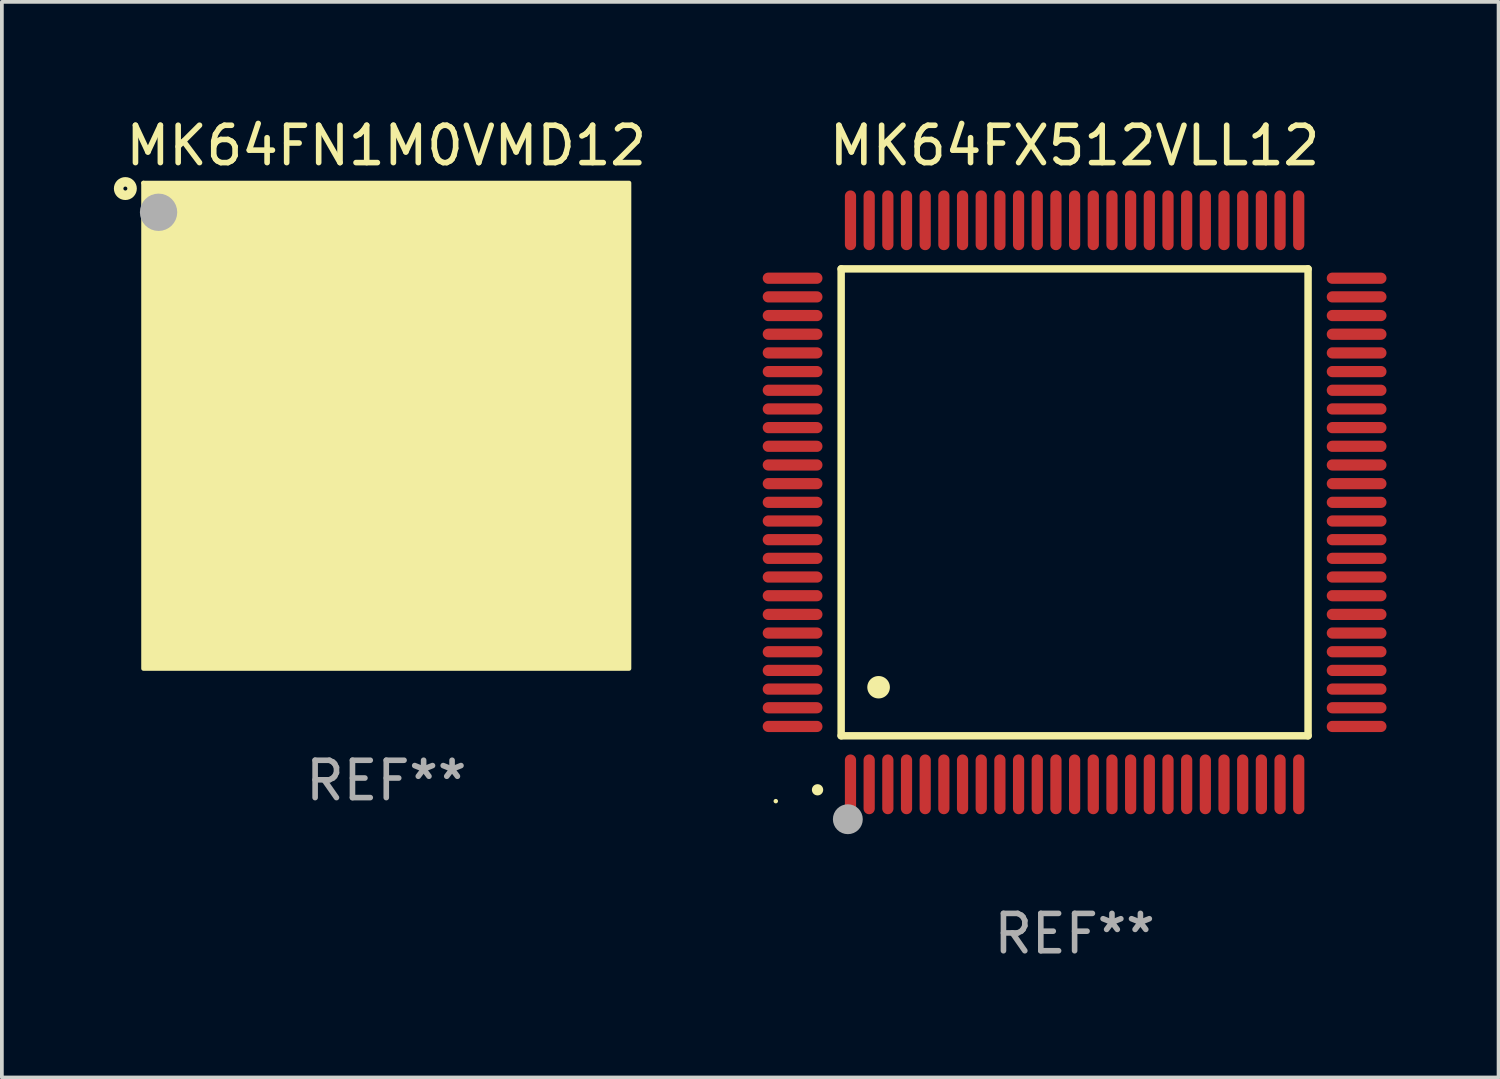
<source format=kicad_pcb>
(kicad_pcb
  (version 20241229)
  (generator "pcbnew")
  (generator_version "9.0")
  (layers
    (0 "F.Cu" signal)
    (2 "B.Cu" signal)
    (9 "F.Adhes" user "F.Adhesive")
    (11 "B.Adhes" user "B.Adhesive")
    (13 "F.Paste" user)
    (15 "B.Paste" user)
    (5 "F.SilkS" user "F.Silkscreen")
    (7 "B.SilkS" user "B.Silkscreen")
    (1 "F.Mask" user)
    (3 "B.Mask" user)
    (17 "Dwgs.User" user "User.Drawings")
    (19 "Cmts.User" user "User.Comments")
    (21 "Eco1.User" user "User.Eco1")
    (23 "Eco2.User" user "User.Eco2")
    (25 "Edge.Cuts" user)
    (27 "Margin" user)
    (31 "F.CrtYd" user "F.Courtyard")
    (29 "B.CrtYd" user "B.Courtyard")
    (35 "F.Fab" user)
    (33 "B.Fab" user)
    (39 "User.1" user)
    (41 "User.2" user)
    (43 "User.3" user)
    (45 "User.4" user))
  (footprint "MK64FN1M0VMD12"
    (layer "F.Cu")
    (at 7.291 8.348)
    (property "Reference" "MK64FN1M0VMD12" (at 0 -7.5 0) (layer "F.SilkS") (effects (font (size 1 1) (thickness 0.15))))
    (attr through_hole)
    (fp_circle (center -6.985 -6.35) (end -6.805 -6.35) (stroke (width 0.254) (type solid)) (fill no) (layer "F.SilkS"))
    (fp_circle (center -6.5 -6.5) (end -6.47 -6.5) (stroke (width 0.06) (type solid)) (fill no) (layer "F.SilkS"))
    (fp_poly (pts (xy -6.5 -6.5) (xy 6.5 -6.5) (xy 6.5 6.5) (xy -6.5 6.5)) (stroke (width 0.12) (type solid)) (fill yes) (layer "F.SilkS"))
    (fp_circle (center -6.096 -5.715) (end -5.846 -5.715) (stroke (width 0.5) (type solid)) (fill no) (layer "F.Fab"))
    (fp_text user "REF**" (at 0 9.5 0) (layer "F.Fab") (effects (font (size 1 1) (thickness 0.15))))
    (pad "A1" smd circle (at -5.5 -5.5) (size 0.5 0.5) (layers "F.Cu" "F.Mask" "F.Paste"))
    (pad "A2" smd circle (at -4.5 -5.5) (size 0.5 0.5) (layers "F.Cu" "F.Mask" "F.Paste"))
    (pad "A3" smd circle (at -3.5 -5.5) (size 0.5 0.5) (layers "F.Cu" "F.Mask" "F.Paste"))
    (pad "A4" smd circle (at -2.5 -5.5) (size 0.5 0.5) (layers "F.Cu" "F.Mask" "F.Paste"))
    (pad "A5" smd circle (at -1.5 -5.5) (size 0.5 0.5) (layers "F.Cu" "F.Mask" "F.Paste"))
    (pad "A6" smd circle (at -0.5 -5.5) (size 0.5 0.5) (layers "F.Cu" "F.Mask" "F.Paste"))
    (pad "A7" smd circle (at 0.5 -5.5) (size 0.5 0.5) (layers "F.Cu" "F.Mask" "F.Paste"))
    (pad "A8" smd circle (at 1.5 -5.5) (size 0.5 0.5) (layers "F.Cu" "F.Mask" "F.Paste"))
    (pad "A9" smd circle (at 2.5 -5.5) (size 0.5 0.5) (layers "F.Cu" "F.Mask" "F.Paste"))
    (pad "A10" smd circle (at 3.5 -5.5) (size 0.5 0.5) (layers "F.Cu" "F.Mask" "F.Paste"))
    (pad "A11" smd circle (at 4.5 -5.5) (size 0.5 0.5) (layers "F.Cu" "F.Mask" "F.Paste"))
    (pad "A12" smd circle (at 5.5 -5.5) (size 0.5 0.5) (layers "F.Cu" "F.Mask" "F.Paste"))
    (pad "B1" smd circle (at -5.5 -4.5) (size 0.5 0.5) (layers "F.Cu" "F.Mask" "F.Paste"))
    (pad "B2" smd circle (at -4.5 -4.5) (size 0.5 0.5) (layers "F.Cu" "F.Mask" "F.Paste"))
    (pad "B3" smd circle (at -3.5 -4.5) (size 0.5 0.5) (layers "F.Cu" "F.Mask" "F.Paste"))
    (pad "B4" smd circle (at -2.5 -4.5) (size 0.5 0.5) (layers "F.Cu" "F.Mask" "F.Paste"))
    (pad "B5" smd circle (at -1.5 -4.5) (size 0.5 0.5) (layers "F.Cu" "F.Mask" "F.Paste"))
    (pad "B6" smd circle (at -0.5 -4.5) (size 0.5 0.5) (layers "F.Cu" "F.Mask" "F.Paste"))
    (pad "B7" smd circle (at 0.5 -4.5) (size 0.5 0.5) (layers "F.Cu" "F.Mask" "F.Paste"))
    (pad "B8" smd circle (at 1.5 -4.5) (size 0.5 0.5) (layers "F.Cu" "F.Mask" "F.Paste"))
    (pad "B9" smd circle (at 2.5 -4.5) (size 0.5 0.5) (layers "F.Cu" "F.Mask" "F.Paste"))
    (pad "B10" smd circle (at 3.5 -4.5) (size 0.5 0.5) (layers "F.Cu" "F.Mask" "F.Paste"))
    (pad "B11" smd circle (at 4.5 -4.5) (size 0.5 0.5) (layers "F.Cu" "F.Mask" "F.Paste"))
    (pad "B12" smd circle (at 5.5 -4.5) (size 0.5 0.5) (layers "F.Cu" "F.Mask" "F.Paste"))
    (pad "C1" smd circle (at -5.5 -3.5) (size 0.5 0.5) (layers "F.Cu" "F.Mask" "F.Paste"))
    (pad "C2" smd circle (at -4.5 -3.5) (size 0.5 0.5) (layers "F.Cu" "F.Mask" "F.Paste"))
    (pad "C3" smd circle (at -3.5 -3.5) (size 0.5 0.5) (layers "F.Cu" "F.Mask" "F.Paste"))
    (pad "C4" smd circle (at -2.5 -3.5) (size 0.5 0.5) (layers "F.Cu" "F.Mask" "F.Paste"))
    (pad "C5" smd circle (at -1.5 -3.5) (size 0.5 0.5) (layers "F.Cu" "F.Mask" "F.Paste"))
    (pad "C6" smd circle (at -0.5 -3.5) (size 0.5 0.5) (layers "F.Cu" "F.Mask" "F.Paste"))
    (pad "C7" smd circle (at 0.5 -3.5) (size 0.5 0.5) (layers "F.Cu" "F.Mask" "F.Paste"))
    (pad "C8" smd circle (at 1.5 -3.5) (size 0.5 0.5) (layers "F.Cu" "F.Mask" "F.Paste"))
    (pad "C9" smd circle (at 2.5 -3.5) (size 0.5 0.5) (layers "F.Cu" "F.Mask" "F.Paste"))
    (pad "C10" smd circle (at 3.5 -3.5) (size 0.5 0.5) (layers "F.Cu" "F.Mask" "F.Paste"))
    (pad "C11" smd circle (at 4.5 -3.5) (size 0.5 0.5) (layers "F.Cu" "F.Mask" "F.Paste"))
    (pad "C12" smd circle (at 5.5 -3.5) (size 0.5 0.5) (layers "F.Cu" "F.Mask" "F.Paste"))
    (pad "D1" smd circle (at -5.5 -2.5) (size 0.5 0.5) (layers "F.Cu" "F.Mask" "F.Paste"))
    (pad "D2" smd circle (at -4.5 -2.5) (size 0.5 0.5) (layers "F.Cu" "F.Mask" "F.Paste"))
    (pad "D3" smd circle (at -3.5 -2.5) (size 0.5 0.5) (layers "F.Cu" "F.Mask" "F.Paste"))
    (pad "D4" smd circle (at -2.5 -2.5) (size 0.5 0.5) (layers "F.Cu" "F.Mask" "F.Paste"))
    (pad "D5" smd circle (at -1.5 -2.5) (size 0.5 0.5) (layers "F.Cu" "F.Mask" "F.Paste"))
    (pad "D6" smd circle (at -0.5 -2.5) (size 0.5 0.5) (layers "F.Cu" "F.Mask" "F.Paste"))
    (pad "D7" smd circle (at 0.5 -2.5) (size 0.5 0.5) (layers "F.Cu" "F.Mask" "F.Paste"))
    (pad "D8" smd circle (at 1.5 -2.5) (size 0.5 0.5) (layers "F.Cu" "F.Mask" "F.Paste"))
    (pad "D9" smd circle (at 2.5 -2.5) (size 0.5 0.5) (layers "F.Cu" "F.Mask" "F.Paste"))
    (pad "D10" smd circle (at 3.5 -2.5) (size 0.5 0.5) (layers "F.Cu" "F.Mask" "F.Paste"))
    (pad "D11" smd circle (at 4.5 -2.5) (size 0.5 0.5) (layers "F.Cu" "F.Mask" "F.Paste"))
    (pad "D12" smd circle (at 5.5 -2.5) (size 0.5 0.5) (layers "F.Cu" "F.Mask" "F.Paste"))
    (pad "E1" smd circle (at -5.5 -1.5) (size 0.5 0.5) (layers "F.Cu" "F.Mask" "F.Paste"))
    (pad "E2" smd circle (at -4.5 -1.5) (size 0.5 0.5) (layers "F.Cu" "F.Mask" "F.Paste"))
    (pad "E3" smd circle (at -3.5 -1.5) (size 0.5 0.5) (layers "F.Cu" "F.Mask" "F.Paste"))
    (pad "E4" smd circle (at -2.5 -1.5) (size 0.5 0.5) (layers "F.Cu" "F.Mask" "F.Paste"))
    (pad "E5" smd circle (at -1.5 -1.5) (size 0.5 0.5) (layers "F.Cu" "F.Mask" "F.Paste"))
    (pad "E6" smd circle (at -0.5 -1.5) (size 0.5 0.5) (layers "F.Cu" "F.Mask" "F.Paste"))
    (pad "E7" smd circle (at 0.5 -1.5) (size 0.5 0.5) (layers "F.Cu" "F.Mask" "F.Paste"))
    (pad "E8" smd circle (at 1.5 -1.5) (size 0.5 0.5) (layers "F.Cu" "F.Mask" "F.Paste"))
    (pad "E9" smd circle (at 2.5 -1.5) (size 0.5 0.5) (layers "F.Cu" "F.Mask" "F.Paste"))
    (pad "E10" smd circle (at 3.5 -1.5) (size 0.5 0.5) (layers "F.Cu" "F.Mask" "F.Paste"))
    (pad "E11" smd circle (at 4.5 -1.5) (size 0.5 0.5) (layers "F.Cu" "F.Mask" "F.Paste"))
    (pad "E12" smd circle (at 5.5 -1.5) (size 0.5 0.5) (layers "F.Cu" "F.Mask" "F.Paste"))
    (pad "F1" smd circle (at -5.5 -0.5) (size 0.5 0.5) (layers "F.Cu" "F.Mask" "F.Paste"))
    (pad "F2" smd circle (at -4.5 -0.5) (size 0.5 0.5) (layers "F.Cu" "F.Mask" "F.Paste"))
    (pad "F3" smd circle (at -3.5 -0.5) (size 0.5 0.5) (layers "F.Cu" "F.Mask" "F.Paste"))
    (pad "F4" smd circle (at -2.5 -0.5) (size 0.5 0.5) (layers "F.Cu" "F.Mask" "F.Paste"))
    (pad "F5" smd circle (at -1.5 -0.5) (size 0.5 0.5) (layers "F.Cu" "F.Mask" "F.Paste"))
    (pad "F6" smd circle (at -0.5 -0.5) (size 0.5 0.5) (layers "F.Cu" "F.Mask" "F.Paste"))
    (pad "F7" smd circle (at 0.5 -0.5) (size 0.5 0.5) (layers "F.Cu" "F.Mask" "F.Paste"))
    (pad "F8" smd circle (at 1.5 -0.5) (size 0.5 0.5) (layers "F.Cu" "F.Mask" "F.Paste"))
    (pad "F9" smd circle (at 2.5 -0.5) (size 0.5 0.5) (layers "F.Cu" "F.Mask" "F.Paste"))
    (pad "F10" smd circle (at 3.5 -0.5) (size 0.5 0.5) (layers "F.Cu" "F.Mask" "F.Paste"))
    (pad "F11" smd circle (at 4.5 -0.5) (size 0.5 0.5) (layers "F.Cu" "F.Mask" "F.Paste"))
    (pad "F12" smd circle (at 5.5 -0.5) (size 0.5 0.5) (layers "F.Cu" "F.Mask" "F.Paste"))
    (pad "G1" smd circle (at -5.5 0.5) (size 0.5 0.5) (layers "F.Cu" "F.Mask" "F.Paste"))
    (pad "G2" smd circle (at -4.5 0.5) (size 0.5 0.5) (layers "F.Cu" "F.Mask" "F.Paste"))
    (pad "G3" smd circle (at -3.5 0.5) (size 0.5 0.5) (layers "F.Cu" "F.Mask" "F.Paste"))
    (pad "G4" smd circle (at -2.5 0.5) (size 0.5 0.5) (layers "F.Cu" "F.Mask" "F.Paste"))
    (pad "G5" smd circle (at -1.5 0.5) (size 0.5 0.5) (layers "F.Cu" "F.Mask" "F.Paste"))
    (pad "G6" smd circle (at -0.5 0.5) (size 0.5 0.5) (layers "F.Cu" "F.Mask" "F.Paste"))
    (pad "G7" smd circle (at 0.5 0.5) (size 0.5 0.5) (layers "F.Cu" "F.Mask" "F.Paste"))
    (pad "G8" smd circle (at 1.5 0.5) (size 0.5 0.5) (layers "F.Cu" "F.Mask" "F.Paste"))
    (pad "G9" smd circle (at 2.5 0.5) (size 0.5 0.5) (layers "F.Cu" "F.Mask" "F.Paste"))
    (pad "G10" smd circle (at 3.5 0.5) (size 0.5 0.5) (layers "F.Cu" "F.Mask" "F.Paste"))
    (pad "G11" smd circle (at 4.5 0.5) (size 0.5 0.5) (layers "F.Cu" "F.Mask" "F.Paste"))
    (pad "G12" smd circle (at 5.5 0.5) (size 0.5 0.5) (layers "F.Cu" "F.Mask" "F.Paste"))
    (pad "H1" smd circle (at -5.5 1.5) (size 0.5 0.5) (layers "F.Cu" "F.Mask" "F.Paste"))
    (pad "H2" smd circle (at -4.5 1.5) (size 0.5 0.5) (layers "F.Cu" "F.Mask" "F.Paste"))
    (pad "H3" smd circle (at -3.5 1.5) (size 0.5 0.5) (layers "F.Cu" "F.Mask" "F.Paste"))
    (pad "H4" smd circle (at -2.5 1.5) (size 0.5 0.5) (layers "F.Cu" "F.Mask" "F.Paste"))
    (pad "H5" smd circle (at -1.5 1.5) (size 0.5 0.5) (layers "F.Cu" "F.Mask" "F.Paste"))
    (pad "H6" smd circle (at -0.5 1.5) (size 0.5 0.5) (layers "F.Cu" "F.Mask" "F.Paste"))
    (pad "H7" smd circle (at 0.5 1.5) (size 0.5 0.5) (layers "F.Cu" "F.Mask" "F.Paste"))
    (pad "H8" smd circle (at 1.5 1.5) (size 0.5 0.5) (layers "F.Cu" "F.Mask" "F.Paste"))
    (pad "H9" smd circle (at 2.5 1.5) (size 0.5 0.5) (layers "F.Cu" "F.Mask" "F.Paste"))
    (pad "H10" smd circle (at 3.5 1.5) (size 0.5 0.5) (layers "F.Cu" "F.Mask" "F.Paste"))
    (pad "H11" smd circle (at 4.5 1.5) (size 0.5 0.5) (layers "F.Cu" "F.Mask" "F.Paste"))
    (pad "H12" smd circle (at 5.5 1.5) (size 0.5 0.5) (layers "F.Cu" "F.Mask" "F.Paste"))
    (pad "J1" smd circle (at -5.5 2.5) (size 0.5 0.5) (layers "F.Cu" "F.Mask" "F.Paste"))
    (pad "J2" smd circle (at -4.5 2.5) (size 0.5 0.5) (layers "F.Cu" "F.Mask" "F.Paste"))
    (pad "J3" smd circle (at -3.5 2.5) (size 0.5 0.5) (layers "F.Cu" "F.Mask" "F.Paste"))
    (pad "J4" smd circle (at -2.5 2.5) (size 0.5 0.5) (layers "F.Cu" "F.Mask" "F.Paste"))
    (pad "J5" smd circle (at -1.5 2.5) (size 0.5 0.5) (layers "F.Cu" "F.Mask" "F.Paste"))
    (pad "J6" smd circle (at -0.5 2.5) (size 0.5 0.5) (layers "F.Cu" "F.Mask" "F.Paste"))
    (pad "J7" smd circle (at 0.5 2.5) (size 0.5 0.5) (layers "F.Cu" "F.Mask" "F.Paste"))
    (pad "J8" smd circle (at 1.5 2.5) (size 0.5 0.5) (layers "F.Cu" "F.Mask" "F.Paste"))
    (pad "J9" smd circle (at 2.5 2.5) (size 0.5 0.5) (layers "F.Cu" "F.Mask" "F.Paste"))
    (pad "J10" smd circle (at 3.5 2.5) (size 0.5 0.5) (layers "F.Cu" "F.Mask" "F.Paste"))
    (pad "J11" smd circle (at 4.5 2.5) (size 0.5 0.5) (layers "F.Cu" "F.Mask" "F.Paste"))
    (pad "J12" smd circle (at 5.5 2.5) (size 0.5 0.5) (layers "F.Cu" "F.Mask" "F.Paste"))
    (pad "K1" smd circle (at -5.5 3.5) (size 0.5 0.5) (layers "F.Cu" "F.Mask" "F.Paste"))
    (pad "K2" smd circle (at -4.5 3.5) (size 0.5 0.5) (layers "F.Cu" "F.Mask" "F.Paste"))
    (pad "K3" smd circle (at -3.5 3.5) (size 0.5 0.5) (layers "F.Cu" "F.Mask" "F.Paste"))
    (pad "K4" smd circle (at -2.5 3.5) (size 0.5 0.5) (layers "F.Cu" "F.Mask" "F.Paste"))
    (pad "K5" smd circle (at -1.5 3.5) (size 0.5 0.5) (layers "F.Cu" "F.Mask" "F.Paste"))
    (pad "K6" smd circle (at -0.5 3.5) (size 0.5 0.5) (layers "F.Cu" "F.Mask" "F.Paste"))
    (pad "K7" smd circle (at 0.5 3.5) (size 0.5 0.5) (layers "F.Cu" "F.Mask" "F.Paste"))
    (pad "K8" smd circle (at 1.5 3.5) (size 0.5 0.5) (layers "F.Cu" "F.Mask" "F.Paste"))
    (pad "K9" smd circle (at 2.5 3.5) (size 0.5 0.5) (layers "F.Cu" "F.Mask" "F.Paste"))
    (pad "K10" smd circle (at 3.5 3.5) (size 0.5 0.5) (layers "F.Cu" "F.Mask" "F.Paste"))
    (pad "K11" smd circle (at 4.5 3.5) (size 0.5 0.5) (layers "F.Cu" "F.Mask" "F.Paste"))
    (pad "K12" smd circle (at 5.5 3.5) (size 0.5 0.5) (layers "F.Cu" "F.Mask" "F.Paste"))
    (pad "L1" smd circle (at -5.5 4.5) (size 0.5 0.5) (layers "F.Cu" "F.Mask" "F.Paste"))
    (pad "L2" smd circle (at -4.5 4.5) (size 0.5 0.5) (layers "F.Cu" "F.Mask" "F.Paste"))
    (pad "L3" smd circle (at -3.5 4.5) (size 0.5 0.5) (layers "F.Cu" "F.Mask" "F.Paste"))
    (pad "L4" smd circle (at -2.5 4.5) (size 0.5 0.5) (layers "F.Cu" "F.Mask" "F.Paste"))
    (pad "L5" smd circle (at -1.5 4.5) (size 0.5 0.5) (layers "F.Cu" "F.Mask" "F.Paste"))
    (pad "L6" smd circle (at -0.5 4.5) (size 0.5 0.5) (layers "F.Cu" "F.Mask" "F.Paste"))
    (pad "L7" smd circle (at 0.5 4.5) (size 0.5 0.5) (layers "F.Cu" "F.Mask" "F.Paste"))
    (pad "L8" smd circle (at 1.5 4.5) (size 0.5 0.5) (layers "F.Cu" "F.Mask" "F.Paste"))
    (pad "L9" smd circle (at 2.5 4.5) (size 0.5 0.5) (layers "F.Cu" "F.Mask" "F.Paste"))
    (pad "L10" smd circle (at 3.5 4.5) (size 0.5 0.5) (layers "F.Cu" "F.Mask" "F.Paste"))
    (pad "L11" smd circle (at 4.5 4.5) (size 0.5 0.5) (layers "F.Cu" "F.Mask" "F.Paste"))
    (pad "L12" smd circle (at 5.5 4.5) (size 0.5 0.5) (layers "F.Cu" "F.Mask" "F.Paste"))
    (pad "M1" smd circle (at -5.5 5.5) (size 0.5 0.5) (layers "F.Cu" "F.Mask" "F.Paste"))
    (pad "M2" smd circle (at -4.5 5.5) (size 0.5 0.5) (layers "F.Cu" "F.Mask" "F.Paste"))
    (pad "M3" smd circle (at -3.5 5.5) (size 0.5 0.5) (layers "F.Cu" "F.Mask" "F.Paste"))
    (pad "M4" smd circle (at -2.5 5.5) (size 0.5 0.5) (layers "F.Cu" "F.Mask" "F.Paste"))
    (pad "M5" smd circle (at -1.5 5.5) (size 0.5 0.5) (layers "F.Cu" "F.Mask" "F.Paste"))
    (pad "M6" smd circle (at -0.5 5.5) (size 0.5 0.5) (layers "F.Cu" "F.Mask" "F.Paste"))
    (pad "M7" smd circle (at 0.5 5.5) (size 0.5 0.5) (layers "F.Cu" "F.Mask" "F.Paste"))
    (pad "M8" smd circle (at 1.5 5.5) (size 0.5 0.5) (layers "F.Cu" "F.Mask" "F.Paste"))
    (pad "M9" smd circle (at 2.5 5.5) (size 0.5 0.5) (layers "F.Cu" "F.Mask" "F.Paste"))
    (pad "M10" smd circle (at 3.5 5.5) (size 0.5 0.5) (layers "F.Cu" "F.Mask" "F.Paste"))
    (pad "M11" smd circle (at 4.5 5.5) (size 0.5 0.5) (layers "F.Cu" "F.Mask" "F.Paste"))
    (pad "M12" smd circle (at 5.5 5.5) (size 0.5 0.5) (layers "F.Cu" "F.Mask" "F.Paste")))
  (footprint "MK64FX512VLL12"
    (layer "F.Cu")
    (at 25.719 10.398)
    (property "Reference" "MK64FX512VLL12" (at 0 -9.55 0) (layer "F.SilkS") (effects (font (size 1 1) (thickness 0.15))))
    (attr through_hole)
    (fp_line (start -6.25 -6.25) (end -6.25 6.25) (stroke (width 0.2) (type solid)) (layer "F.SilkS"))
    (fp_line (start -6.25 6.25) (end 6.25 6.25) (stroke (width 0.2) (type solid)) (layer "F.SilkS"))
    (fp_line (start 6.25 -6.25) (end -6.25 -6.25) (stroke (width 0.2) (type solid)) (layer "F.SilkS"))
    (fp_line (start 6.25 6.25) (end 6.25 -6.25) (stroke (width 0.2) (type solid)) (layer "F.SilkS"))
    (fp_arc (start -6.883414 7.696215) (mid -6.882144 7.69621) (end -6.880874 7.696215) (stroke (width 0.3) (type solid)) (layer "F.SilkS"))
    (fp_arc (start -5.250191 4.95047) (mid -5.247651 4.950459) (end -5.245111 4.95047) (stroke (width 0.6) (type solid)) (layer "F.SilkS"))
    (fp_circle (center -8 8) (end -7.97 8) (stroke (width 0.06) (type solid)) (fill no) (layer "F.SilkS"))
    (fp_circle (center -6.071 8.484) (end -5.871 8.484) (stroke (width 0.4) (type solid)) (fill no) (layer "F.Fab"))
    (fp_text user "REF**" (at 0 11.55 0) (layer "F.Fab") (effects (font (size 1 1) (thickness 0.15))))
    (pad "1" smd oval (at -6 7.55) (size 0.3 1.6) (layers "F.Cu" "F.Mask" "F.Paste"))
    (pad "2" smd oval (at -5.5 7.55) (size 0.3 1.6) (layers "F.Cu" "F.Mask" "F.Paste"))
    (pad "3" smd oval (at -5 7.55) (size 0.3 1.6) (layers "F.Cu" "F.Mask" "F.Paste"))
    (pad "4" smd oval (at -4.5 7.55) (size 0.3 1.6) (layers "F.Cu" "F.Mask" "F.Paste"))
    (pad "5" smd oval (at -4 7.55) (size 0.3 1.6) (layers "F.Cu" "F.Mask" "F.Paste"))
    (pad "6" smd oval (at -3.5 7.55) (size 0.3 1.6) (layers "F.Cu" "F.Mask" "F.Paste"))
    (pad "7" smd oval (at -3 7.55) (size 0.3 1.6) (layers "F.Cu" "F.Mask" "F.Paste"))
    (pad "8" smd oval (at -2.5 7.55) (size 0.3 1.6) (layers "F.Cu" "F.Mask" "F.Paste"))
    (pad "9" smd oval (at -2 7.55) (size 0.3 1.6) (layers "F.Cu" "F.Mask" "F.Paste"))
    (pad "10" smd oval (at -1.5 7.55) (size 0.3 1.6) (layers "F.Cu" "F.Mask" "F.Paste"))
    (pad "11" smd oval (at -1 7.55) (size 0.3 1.6) (layers "F.Cu" "F.Mask" "F.Paste"))
    (pad "12" smd oval (at -0.5 7.55) (size 0.3 1.6) (layers "F.Cu" "F.Mask" "F.Paste"))
    (pad "13" smd oval (at 0 7.55) (size 0.3 1.6) (layers "F.Cu" "F.Mask" "F.Paste"))
    (pad "14" smd oval (at 0.5 7.55) (size 0.3 1.6) (layers "F.Cu" "F.Mask" "F.Paste"))
    (pad "15" smd oval (at 1 7.55) (size 0.3 1.6) (layers "F.Cu" "F.Mask" "F.Paste"))
    (pad "16" smd oval (at 1.5 7.55) (size 0.3 1.6) (layers "F.Cu" "F.Mask" "F.Paste"))
    (pad "17" smd oval (at 2 7.55) (size 0.3 1.6) (layers "F.Cu" "F.Mask" "F.Paste"))
    (pad "18" smd oval (at 2.5 7.55) (size 0.3 1.6) (layers "F.Cu" "F.Mask" "F.Paste"))
    (pad "19" smd oval (at 3 7.55) (size 0.3 1.6) (layers "F.Cu" "F.Mask" "F.Paste"))
    (pad "20" smd oval (at 3.5 7.55) (size 0.3 1.6) (layers "F.Cu" "F.Mask" "F.Paste"))
    (pad "21" smd oval (at 4 7.55) (size 0.3 1.6) (layers "F.Cu" "F.Mask" "F.Paste"))
    (pad "22" smd oval (at 4.5 7.55) (size 0.3 1.6) (layers "F.Cu" "F.Mask" "F.Paste"))
    (pad "23" smd oval (at 5 7.55) (size 0.3 1.6) (layers "F.Cu" "F.Mask" "F.Paste"))
    (pad "24" smd oval (at 5.5 7.55) (size 0.3 1.6) (layers "F.Cu" "F.Mask" "F.Paste"))
    (pad "25" smd oval (at 6 7.55) (size 0.3 1.6) (layers "F.Cu" "F.Mask" "F.Paste"))
    (pad "26" smd oval (at 7.55 6) (size 1.6 0.3) (layers "F.Cu" "F.Mask" "F.Paste"))
    (pad "27" smd oval (at 7.55 5.5) (size 1.6 0.3) (layers "F.Cu" "F.Mask" "F.Paste"))
    (pad "28" smd oval (at 7.55 5) (size 1.6 0.3) (layers "F.Cu" "F.Mask" "F.Paste"))
    (pad "29" smd oval (at 7.55 4.5) (size 1.6 0.3) (layers "F.Cu" "F.Mask" "F.Paste"))
    (pad "30" smd oval (at 7.55 4) (size 1.6 0.3) (layers "F.Cu" "F.Mask" "F.Paste"))
    (pad "31" smd oval (at 7.55 3.5) (size 1.6 0.3) (layers "F.Cu" "F.Mask" "F.Paste"))
    (pad "32" smd oval (at 7.55 3) (size 1.6 0.3) (layers "F.Cu" "F.Mask" "F.Paste"))
    (pad "33" smd oval (at 7.55 2.5) (size 1.6 0.3) (layers "F.Cu" "F.Mask" "F.Paste"))
    (pad "34" smd oval (at 7.55 2) (size 1.6 0.3) (layers "F.Cu" "F.Mask" "F.Paste"))
    (pad "35" smd oval (at 7.55 1.5) (size 1.6 0.3) (layers "F.Cu" "F.Mask" "F.Paste"))
    (pad "36" smd oval (at 7.55 1) (size 1.6 0.3) (layers "F.Cu" "F.Mask" "F.Paste"))
    (pad "37" smd oval (at 7.55 0.5) (size 1.6 0.3) (layers "F.Cu" "F.Mask" "F.Paste"))
    (pad "38" smd oval (at 7.55 0) (size 1.6 0.3) (layers "F.Cu" "F.Mask" "F.Paste"))
    (pad "39" smd oval (at 7.55 -0.5) (size 1.6 0.3) (layers "F.Cu" "F.Mask" "F.Paste"))
    (pad "40" smd oval (at 7.55 -1) (size 1.6 0.3) (layers "F.Cu" "F.Mask" "F.Paste"))
    (pad "41" smd oval (at 7.55 -1.5) (size 1.6 0.3) (layers "F.Cu" "F.Mask" "F.Paste"))
    (pad "42" smd oval (at 7.55 -2) (size 1.6 0.3) (layers "F.Cu" "F.Mask" "F.Paste"))
    (pad "43" smd oval (at 7.55 -2.5) (size 1.6 0.3) (layers "F.Cu" "F.Mask" "F.Paste"))
    (pad "44" smd oval (at 7.55 -3) (size 1.6 0.3) (layers "F.Cu" "F.Mask" "F.Paste"))
    (pad "45" smd oval (at 7.55 -3.5) (size 1.6 0.3) (layers "F.Cu" "F.Mask" "F.Paste"))
    (pad "46" smd oval (at 7.55 -4) (size 1.6 0.3) (layers "F.Cu" "F.Mask" "F.Paste"))
    (pad "47" smd oval (at 7.55 -4.5) (size 1.6 0.3) (layers "F.Cu" "F.Mask" "F.Paste"))
    (pad "48" smd oval (at 7.55 -5) (size 1.6 0.3) (layers "F.Cu" "F.Mask" "F.Paste"))
    (pad "49" smd oval (at 7.55 -5.5) (size 1.6 0.3) (layers "F.Cu" "F.Mask" "F.Paste"))
    (pad "50" smd oval (at 7.55 -6) (size 1.6 0.3) (layers "F.Cu" "F.Mask" "F.Paste"))
    (pad "51" smd oval (at 6 -7.55) (size 0.3 1.6) (layers "F.Cu" "F.Mask" "F.Paste"))
    (pad "52" smd oval (at 5.5 -7.55) (size 0.3 1.6) (layers "F.Cu" "F.Mask" "F.Paste"))
    (pad "53" smd oval (at 5 -7.55) (size 0.3 1.6) (layers "F.Cu" "F.Mask" "F.Paste"))
    (pad "54" smd oval (at 4.5 -7.55) (size 0.3 1.6) (layers "F.Cu" "F.Mask" "F.Paste"))
    (pad "55" smd oval (at 4 -7.55) (size 0.3 1.6) (layers "F.Cu" "F.Mask" "F.Paste"))
    (pad "56" smd oval (at 3.5 -7.55) (size 0.3 1.6) (layers "F.Cu" "F.Mask" "F.Paste"))
    (pad "57" smd oval (at 3 -7.55) (size 0.3 1.6) (layers "F.Cu" "F.Mask" "F.Paste"))
    (pad "58" smd oval (at 2.5 -7.55) (size 0.3 1.6) (layers "F.Cu" "F.Mask" "F.Paste"))
    (pad "59" smd oval (at 2 -7.55) (size 0.3 1.6) (layers "F.Cu" "F.Mask" "F.Paste"))
    (pad "60" smd oval (at 1.5 -7.55) (size 0.3 1.6) (layers "F.Cu" "F.Mask" "F.Paste"))
    (pad "61" smd oval (at 1 -7.55) (size 0.3 1.6) (layers "F.Cu" "F.Mask" "F.Paste"))
    (pad "62" smd oval (at 0.5 -7.55) (size 0.3 1.6) (layers "F.Cu" "F.Mask" "F.Paste"))
    (pad "63" smd oval (at 0 -7.55) (size 0.3 1.6) (layers "F.Cu" "F.Mask" "F.Paste"))
    (pad "64" smd oval (at -0.5 -7.55) (size 0.3 1.6) (layers "F.Cu" "F.Mask" "F.Paste"))
    (pad "65" smd oval (at -1 -7.55) (size 0.3 1.6) (layers "F.Cu" "F.Mask" "F.Paste"))
    (pad "66" smd oval (at -1.5 -7.55) (size 0.3 1.6) (layers "F.Cu" "F.Mask" "F.Paste"))
    (pad "67" smd oval (at -2 -7.55) (size 0.3 1.6) (layers "F.Cu" "F.Mask" "F.Paste"))
    (pad "68" smd oval (at -2.5 -7.55) (size 0.3 1.6) (layers "F.Cu" "F.Mask" "F.Paste"))
    (pad "69" smd oval (at -3 -7.55) (size 0.3 1.6) (layers "F.Cu" "F.Mask" "F.Paste"))
    (pad "70" smd oval (at -3.5 -7.55) (size 0.3 1.6) (layers "F.Cu" "F.Mask" "F.Paste"))
    (pad "71" smd oval (at -4 -7.55) (size 0.3 1.6) (layers "F.Cu" "F.Mask" "F.Paste"))
    (pad "72" smd oval (at -4.5 -7.55) (size 0.3 1.6) (layers "F.Cu" "F.Mask" "F.Paste"))
    (pad "73" smd oval (at -5 -7.55) (size 0.3 1.6) (layers "F.Cu" "F.Mask" "F.Paste"))
    (pad "74" smd oval (at -5.5 -7.55) (size 0.3 1.6) (layers "F.Cu" "F.Mask" "F.Paste"))
    (pad "75" smd oval (at -6 -7.55) (size 0.3 1.6) (layers "F.Cu" "F.Mask" "F.Paste"))
    (pad "76" smd oval (at -7.55 -6) (size 1.6 0.3) (layers "F.Cu" "F.Mask" "F.Paste"))
    (pad "77" smd oval (at -7.55 -5.5) (size 1.6 0.3) (layers "F.Cu" "F.Mask" "F.Paste"))
    (pad "78" smd oval (at -7.55 -5) (size 1.6 0.3) (layers "F.Cu" "F.Mask" "F.Paste"))
    (pad "79" smd oval (at -7.55 -4.5) (size 1.6 0.3) (layers "F.Cu" "F.Mask" "F.Paste"))
    (pad "80" smd oval (at -7.55 -4) (size 1.6 0.3) (layers "F.Cu" "F.Mask" "F.Paste"))
    (pad "81" smd oval (at -7.55 -3.5) (size 1.6 0.3) (layers "F.Cu" "F.Mask" "F.Paste"))
    (pad "82" smd oval (at -7.55 -3) (size 1.6 0.3) (layers "F.Cu" "F.Mask" "F.Paste"))
    (pad "83" smd oval (at -7.55 -2.5) (size 1.6 0.3) (layers "F.Cu" "F.Mask" "F.Paste"))
    (pad "84" smd oval (at -7.55 -2) (size 1.6 0.3) (layers "F.Cu" "F.Mask" "F.Paste"))
    (pad "85" smd oval (at -7.55 -1.5) (size 1.6 0.3) (layers "F.Cu" "F.Mask" "F.Paste"))
    (pad "86" smd oval (at -7.55 -1) (size 1.6 0.3) (layers "F.Cu" "F.Mask" "F.Paste"))
    (pad "87" smd oval (at -7.55 -0.5) (size 1.6 0.3) (layers "F.Cu" "F.Mask" "F.Paste"))
    (pad "88" smd oval (at -7.55 0) (size 1.6 0.3) (layers "F.Cu" "F.Mask" "F.Paste"))
    (pad "89" smd oval (at -7.55 0.5) (size 1.6 0.3) (layers "F.Cu" "F.Mask" "F.Paste"))
    (pad "90" smd oval (at -7.55 1) (size 1.6 0.3) (layers "F.Cu" "F.Mask" "F.Paste"))
    (pad "91" smd oval (at -7.55 1.5) (size 1.6 0.3) (layers "F.Cu" "F.Mask" "F.Paste"))
    (pad "92" smd oval (at -7.55 2) (size 1.6 0.3) (layers "F.Cu" "F.Mask" "F.Paste"))
    (pad "93" smd oval (at -7.55 2.5) (size 1.6 0.3) (layers "F.Cu" "F.Mask" "F.Paste"))
    (pad "94" smd oval (at -7.55 3) (size 1.6 0.3) (layers "F.Cu" "F.Mask" "F.Paste"))
    (pad "95" smd oval (at -7.55 3.5) (size 1.6 0.3) (layers "F.Cu" "F.Mask" "F.Paste"))
    (pad "96" smd oval (at -7.55 4) (size 1.6 0.3) (layers "F.Cu" "F.Mask" "F.Paste"))
    (pad "97" smd oval (at -7.55 4.5) (size 1.6 0.3) (layers "F.Cu" "F.Mask" "F.Paste"))
    (pad "98" smd oval (at -7.55 5) (size 1.6 0.3) (layers "F.Cu" "F.Mask" "F.Paste"))
    (pad "99" smd oval (at -7.55 5.5) (size 1.6 0.3) (layers "F.Cu" "F.Mask" "F.Paste"))
    (pad "100" smd oval (at -7.55 6) (size 1.6 0.3) (layers "F.Cu" "F.Mask" "F.Paste")))
  (gr_rect
    (start -3 -3)
    (end 37.069 25.796)
    (stroke (width 0.1) (type default))
    (fill no)
    (layer "Edge.Cuts")))
</source>
